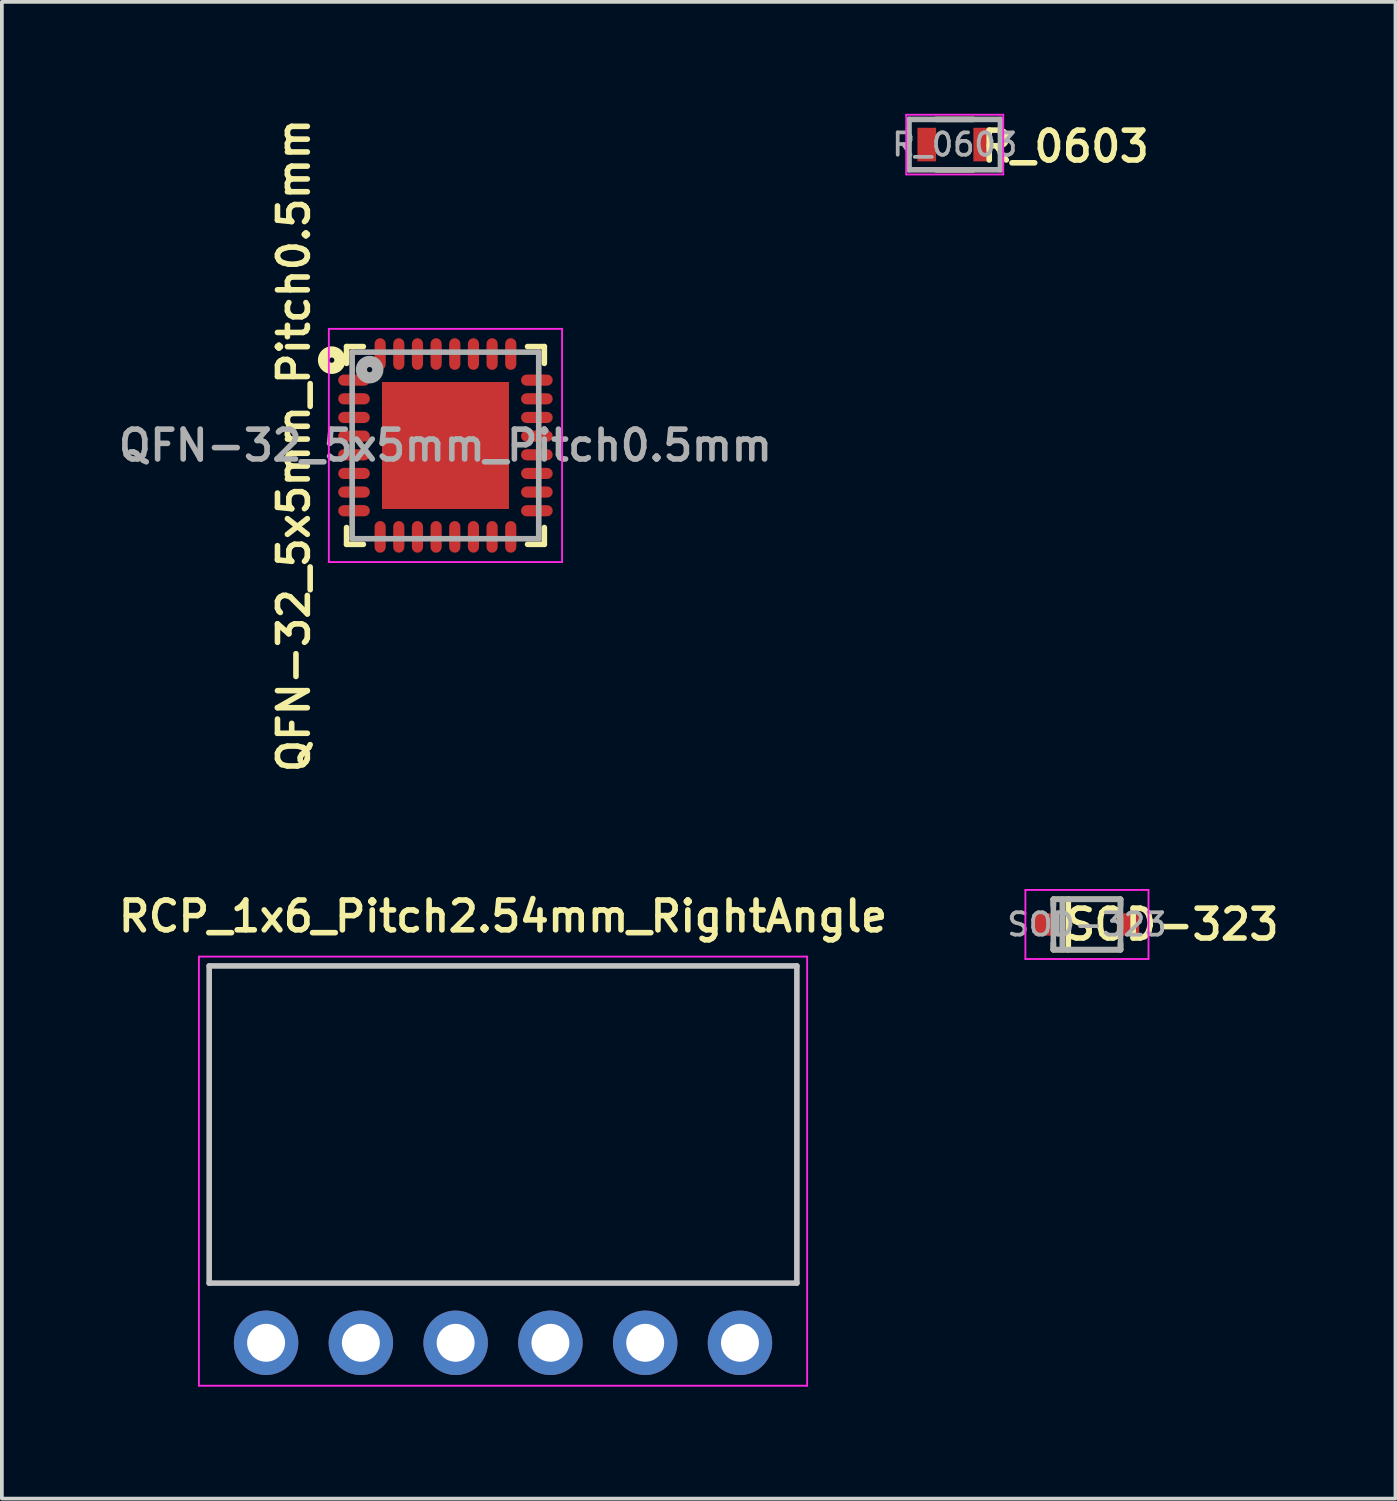
<source format=kicad_pcb>
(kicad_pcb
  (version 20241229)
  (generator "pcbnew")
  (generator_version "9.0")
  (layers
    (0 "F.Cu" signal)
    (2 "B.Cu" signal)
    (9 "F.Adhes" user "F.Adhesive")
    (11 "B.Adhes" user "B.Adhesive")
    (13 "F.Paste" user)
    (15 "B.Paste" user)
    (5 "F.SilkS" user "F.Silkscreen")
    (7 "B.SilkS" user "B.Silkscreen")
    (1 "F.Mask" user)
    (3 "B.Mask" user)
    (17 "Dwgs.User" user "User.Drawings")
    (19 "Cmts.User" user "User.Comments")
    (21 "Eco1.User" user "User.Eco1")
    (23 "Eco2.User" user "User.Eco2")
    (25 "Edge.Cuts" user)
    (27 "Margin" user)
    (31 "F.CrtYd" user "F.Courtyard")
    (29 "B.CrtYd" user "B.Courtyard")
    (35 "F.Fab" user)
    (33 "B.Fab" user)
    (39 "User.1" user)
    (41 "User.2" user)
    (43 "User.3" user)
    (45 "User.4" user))
  (footprint "R_0603"
    (layer "F.Cu")
    (at 22.537 0.825)
    (property "Reference" "R_0603" (at 2.962 0.05 180) (layer "F.SilkS") (effects (font (size 0.8 0.8) (thickness 0.15))))
    (attr smd)
    (fp_line (start -0.5 -0.675) (end 0.5 -0.675) (stroke (width 0.15) (type solid)) (layer "F.SilkS"))
    (fp_line (start 0.5 0.675) (end -0.5 0.675) (stroke (width 0.15) (type solid)) (layer "F.SilkS"))
    (fp_line (start -1.3 -0.8) (end -1.3 0.8) (stroke (width 0.05) (type solid)) (layer "F.CrtYd"))
    (fp_line (start -1.3 -0.8) (end 1.3 -0.8) (stroke (width 0.05) (type solid)) (layer "F.CrtYd"))
    (fp_line (start -1.3 0.8) (end 1.3 0.8) (stroke (width 0.05) (type solid)) (layer "F.CrtYd"))
    (fp_line (start 1.3 -0.8) (end 1.3 0.8) (stroke (width 0.05) (type solid)) (layer "F.CrtYd"))
    (fp_line (start -1.225 -0.675) (end -1.225 0.675) (stroke (width 0.15) (type solid)) (layer "F.Fab"))
    (fp_line (start -1.225 -0.675) (end 1.225 -0.675) (stroke (width 0.15) (type solid)) (layer "F.Fab"))
    (fp_line (start -1.225 0.675) (end 1.225 0.675) (stroke (width 0.15) (type solid)) (layer "F.Fab"))
    (fp_line (start 1.225 -0.675) (end 1.225 0.675) (stroke (width 0.15) (type solid)) (layer "F.Fab"))
    (fp_text user "${REFERENCE}" (at 0 0 180) (layer "F.Fab") (effects (font (size 0.6 0.6) (thickness 0.1))))
    (pad "1" smd rect (at -0.75 0) (size 0.5 0.9) (layers "F.Cu" "F.Mask" "F.Paste"))
    (pad "2" smd rect (at 0.75 0) (size 0.5 0.9) (layers "F.Cu" "F.Mask" "F.Paste")))
  (footprint "RCP_1x6_Pitch2.54mm_RightAngle"
    (layer "F.Cu")
    (at 10.431 32.937)
    (property "Reference" "RCP_1x6_Pitch2.54mm_RightAngle" (at 0 -11.43 0) (layer "F.SilkS") (effects (font (size 0.8 0.8) (thickness 0.15))))
    (attr through_hole)
    (fp_line (start -7.875 -10.1) (end -7.875 -1.6) (stroke (width 0.15) (type solid)) (layer "Dwgs.User"))
    (fp_line (start -7.875 -10.1) (end 7.875 -10.1) (stroke (width 0.15) (type solid)) (layer "Dwgs.User"))
    (fp_line (start -7.875 -1.6) (end 7.875 -1.6) (stroke (width 0.15) (type solid)) (layer "Dwgs.User"))
    (fp_line (start 7.875 -10.1) (end 7.875 -1.6) (stroke (width 0.15) (type solid)) (layer "Dwgs.User"))
    (fp_line (start -8.15 -10.35) (end -8.15 1.15) (stroke (width 0.05) (type solid)) (layer "F.CrtYd"))
    (fp_line (start -8.15 1.15) (end 8.15 1.15) (stroke (width 0.05) (type solid)) (layer "F.CrtYd"))
    (fp_line (start 8.15 -10.35) (end -8.15 -10.35) (stroke (width 0.05) (type solid)) (layer "F.CrtYd"))
    (fp_line (start 8.15 1.15) (end 8.15 -10.35) (stroke (width 0.05) (type solid)) (layer "F.CrtYd"))
    (pad "1" thru_hole oval (at -6.35 0) (size 1.727 1.727) (drill 1.016) (layers "*.Cu" "*.Mask"))
    (pad "2" thru_hole oval (at -3.81 0) (size 1.727 1.727) (drill 1.016) (layers "*.Cu" "*.Mask"))
    (pad "3" thru_hole oval (at -1.27 0) (size 1.727 1.727) (drill 1.016) (layers "*.Cu" "*.Mask"))
    (pad "4" thru_hole oval (at 1.27 0) (size 1.727 1.727) (drill 1.016) (layers "*.Cu" "*.Mask"))
    (pad "5" thru_hole oval (at 3.81 0) (size 1.727 1.727) (drill 1.016) (layers "*.Cu" "*.Mask"))
    (pad "6" thru_hole oval (at 6.35 0) (size 1.727 1.727) (drill 1.016) (layers "*.Cu" "*.Mask")))
  (footprint "SOD-323"
    (layer "F.Cu")
    (at 26.08 21.726)
    (property "Reference" "SOD-323" (at 2.286 0 0) (layer "F.SilkS") (effects (font (size 0.8 0.8) (thickness 0.15))))
    (attr smd)
    (fp_line (start -0.9 -0.675) (end -0.9 -0.5) (stroke (width 0.15) (type solid)) (layer "F.SilkS"))
    (fp_line (start -0.9 -0.675) (end 0.9 -0.675) (stroke (width 0.15) (type solid)) (layer "F.SilkS"))
    (fp_line (start -0.9 0.5) (end -0.9 0.675) (stroke (width 0.15) (type solid)) (layer "F.SilkS"))
    (fp_line (start -0.9 0.675) (end 0.9 0.675) (stroke (width 0.15) (type solid)) (layer "F.SilkS"))
    (fp_line (start -0.5 -0.675) (end -0.5 0.675) (stroke (width 0.15) (type solid)) (layer "F.SilkS"))
    (fp_line (start 0.9 -0.5) (end 0.9 -0.675) (stroke (width 0.15) (type solid)) (layer "F.SilkS"))
    (fp_line (start 0.9 0.675) (end 0.9 0.5) (stroke (width 0.15) (type solid)) (layer "F.SilkS"))
    (fp_line (start -1.65 -0.925) (end -1.65 0.925) (stroke (width 0.05) (type solid)) (layer "F.CrtYd"))
    (fp_line (start -1.65 0.925) (end 1.65 0.925) (stroke (width 0.05) (type solid)) (layer "F.CrtYd"))
    (fp_line (start 1.65 -0.925) (end -1.65 -0.925) (stroke (width 0.05) (type solid)) (layer "F.CrtYd"))
    (fp_line (start 1.65 0.925) (end 1.65 -0.925) (stroke (width 0.05) (type solid)) (layer "F.CrtYd"))
    (fp_line (start -0.9 -0.675) (end -0.9 0.675) (stroke (width 0.15) (type solid)) (layer "F.Fab"))
    (fp_line (start -0.9 -0.675) (end 0.9 -0.675) (stroke (width 0.15) (type solid)) (layer "F.Fab"))
    (fp_line (start -0.9 0.675) (end 0.9 0.675) (stroke (width 0.15) (type solid)) (layer "F.Fab"))
    (fp_line (start -0.66 -0.675) (end -0.66 0.675) (stroke (width 0.15) (type solid)) (layer "F.Fab"))
    (fp_line (start 0.9 0.675) (end 0.9 -0.675) (stroke (width 0.15) (type solid)) (layer "F.Fab"))
    (fp_text user "${REFERENCE}" (at 0 0 0) (layer "F.Fab") (effects (font (size 0.6 0.6) (thickness 0.1))))
    (pad "1" smd rect (at -1.1 0) (size 0.6 0.6) (layers "F.Cu" "F.Mask" "F.Paste"))
    (pad "2" smd rect (at 1.1 0) (size 0.6 0.6) (layers "F.Cu" "F.Mask" "F.Paste")))
  (footprint "QFN-32_5x5mm_Pitch0.5mm"
    (layer "F.Cu")
    (at 8.888 8.888)
    (property "Reference" "QFN-32_5x5mm_Pitch0.5mm" (at -4.064 0 270) (layer "F.SilkS") (effects (font (size 0.8 0.8) (thickness 0.15))))
    (attr smd)
    (fp_line (start -2.65 -2.2) (end -2.65 -2.65) (stroke (width 0.15) (type solid)) (layer "F.SilkS"))
    (fp_line (start -2.65 2.65) (end -2.65 2.2) (stroke (width 0.15) (type solid)) (layer "F.SilkS"))
    (fp_line (start -2.65 2.65) (end -2.2 2.65) (stroke (width 0.15) (type solid)) (layer "F.SilkS"))
    (fp_line (start -2.2 -2.65) (end -2.65 -2.65) (stroke (width 0.15) (type solid)) (layer "F.SilkS"))
    (fp_line (start 2.2 2.65) (end 2.65 2.65) (stroke (width 0.15) (type solid)) (layer "F.SilkS"))
    (fp_line (start 2.65 -2.65) (end 2.2 -2.65) (stroke (width 0.15) (type solid)) (layer "F.SilkS"))
    (fp_line (start 2.65 -2.65) (end 2.65 -2.2) (stroke (width 0.15) (type solid)) (layer "F.SilkS"))
    (fp_line (start 2.65 2.2) (end 2.65 2.65) (stroke (width 0.15) (type solid)) (layer "F.SilkS"))
    (fp_circle (center -3.048 -2.286) (end -3.098 -2.336) (stroke (width 0.3) (type solid)) (fill no) (layer "F.SilkS"))
    (fp_line (start -3.125 -3.125) (end -3.125 3.125) (stroke (width 0.05) (type solid)) (layer "F.CrtYd"))
    (fp_line (start -3.125 -3.125) (end 3.125 -3.125) (stroke (width 0.05) (type solid)) (layer "F.CrtYd"))
    (fp_line (start -3.125 3.125) (end 3.125 3.125) (stroke (width 0.05) (type solid)) (layer "F.CrtYd"))
    (fp_line (start 3.125 -3.125) (end 3.125 3.125) (stroke (width 0.05) (type solid)) (layer "F.CrtYd"))
    (fp_line (start -2.5 -2.5) (end 2.5 -2.5) (stroke (width 0.15) (type solid)) (layer "F.Fab"))
    (fp_line (start -2.5 2.5) (end -2.5 -2.5) (stroke (width 0.15) (type solid)) (layer "F.Fab"))
    (fp_line (start 2.5 -2.5) (end 2.5 2.5) (stroke (width 0.15) (type solid)) (layer "F.Fab"))
    (fp_line (start 2.5 2.5) (end -2.5 2.5) (stroke (width 0.15) (type solid)) (layer "F.Fab"))
    (fp_circle (center -2.032 -2.032) (end -2.082 -2.082) (stroke (width 0.3) (type solid)) (fill no) (layer "F.Fab"))
    (fp_text user "${REFERENCE}" (at 0 0 180) (layer "F.Fab") (effects (font (size 0.8 0.8) (thickness 0.15))))
    (pad "1" smd roundrect (at -2.45 -1.75 180) (size 0.85 0.3) (layers "F.Cu" "F.Mask" "F.Paste") (roundrect_rratio 0.5))
    (pad "2" smd roundrect (at -2.45 -1.25) (size 0.85 0.3) (layers "F.Cu" "F.Mask" "F.Paste") (roundrect_rratio 0.5))
    (pad "3" smd roundrect (at -2.45 -0.75) (size 0.85 0.3) (layers "F.Cu" "F.Mask" "F.Paste") (roundrect_rratio 0.5))
    (pad "4" smd roundrect (at -2.45 -0.25) (size 0.85 0.3) (layers "F.Cu" "F.Mask" "F.Paste") (roundrect_rratio 0.5))
    (pad "5" smd roundrect (at -2.45 0.25) (size 0.85 0.3) (layers "F.Cu" "F.Mask" "F.Paste") (roundrect_rratio 0.5))
    (pad "6" smd roundrect (at -2.45 0.75) (size 0.85 0.3) (layers "F.Cu" "F.Mask" "F.Paste") (roundrect_rratio 0.5))
    (pad "7" smd roundrect (at -2.45 1.25) (size 0.85 0.3) (layers "F.Cu" "F.Mask" "F.Paste") (roundrect_rratio 0.5))
    (pad "8" smd roundrect (at -2.45 1.75) (size 0.85 0.3) (layers "F.Cu" "F.Mask" "F.Paste") (roundrect_rratio 0.5))
    (pad "9" smd roundrect (at -1.75 2.45 90) (size 0.85 0.3) (layers "F.Cu" "F.Mask" "F.Paste") (roundrect_rratio 0.5))
    (pad "10" smd roundrect (at -1.25 2.45 90) (size 0.85 0.3) (layers "F.Cu" "F.Mask" "F.Paste") (roundrect_rratio 0.5))
    (pad "11" smd roundrect (at -0.75 2.45 90) (size 0.85 0.3) (layers "F.Cu" "F.Mask" "F.Paste") (roundrect_rratio 0.5))
    (pad "12" smd roundrect (at -0.25 2.45 90) (size 0.85 0.3) (layers "F.Cu" "F.Mask" "F.Paste") (roundrect_rratio 0.5))
    (pad "13" smd roundrect (at 0.25 2.45 90) (size 0.85 0.3) (layers "F.Cu" "F.Mask" "F.Paste") (roundrect_rratio 0.5))
    (pad "14" smd roundrect (at 0.75 2.45 90) (size 0.85 0.3) (layers "F.Cu" "F.Mask" "F.Paste") (roundrect_rratio 0.5))
    (pad "15" smd roundrect (at 1.25 2.45 90) (size 0.85 0.3) (layers "F.Cu" "F.Mask" "F.Paste") (roundrect_rratio 0.5))
    (pad "16" smd roundrect (at 1.75 2.45 90) (size 0.85 0.3) (layers "F.Cu" "F.Mask" "F.Paste") (roundrect_rratio 0.5))
    (pad "17" smd roundrect (at 2.45 1.75) (size 0.85 0.3) (layers "F.Cu" "F.Mask" "F.Paste") (roundrect_rratio 0.5))
    (pad "18" smd roundrect (at 2.45 1.25) (size 0.85 0.3) (layers "F.Cu" "F.Mask" "F.Paste") (roundrect_rratio 0.5))
    (pad "19" smd roundrect (at 2.45 0.75) (size 0.85 0.3) (layers "F.Cu" "F.Mask" "F.Paste") (roundrect_rratio 0.5))
    (pad "20" smd roundrect (at 2.45 0.25) (size 0.85 0.3) (layers "F.Cu" "F.Mask" "F.Paste") (roundrect_rratio 0.5))
    (pad "21" smd roundrect (at 2.45 -0.25) (size 0.85 0.3) (layers "F.Cu" "F.Mask" "F.Paste") (roundrect_rratio 0.5))
    (pad "22" smd roundrect (at 2.45 -0.75) (size 0.85 0.3) (layers "F.Cu" "F.Mask" "F.Paste") (roundrect_rratio 0.5))
    (pad "23" smd roundrect (at 2.45 -1.25) (size 0.85 0.3) (layers "F.Cu" "F.Mask" "F.Paste") (roundrect_rratio 0.5))
    (pad "24" smd roundrect (at 2.45 -1.75) (size 0.85 0.3) (layers "F.Cu" "F.Mask" "F.Paste") (roundrect_rratio 0.5))
    (pad "25" smd roundrect (at 1.75 -2.45 90) (size 0.85 0.3) (layers "F.Cu" "F.Mask" "F.Paste") (roundrect_rratio 0.5))
    (pad "26" smd roundrect (at 1.25 -2.45 90) (size 0.85 0.3) (layers "F.Cu" "F.Mask" "F.Paste") (roundrect_rratio 0.5))
    (pad "27" smd roundrect (at 0.75 -2.45 90) (size 0.85 0.3) (layers "F.Cu" "F.Mask" "F.Paste") (roundrect_rratio 0.5))
    (pad "28" smd roundrect (at 0.25 -2.45 90) (size 0.85 0.3) (layers "F.Cu" "F.Mask" "F.Paste") (roundrect_rratio 0.5))
    (pad "29" smd roundrect (at -0.25 -2.45 90) (size 0.85 0.3) (layers "F.Cu" "F.Mask" "F.Paste") (roundrect_rratio 0.5))
    (pad "30" smd roundrect (at -0.75 -2.45 90) (size 0.85 0.3) (layers "F.Cu" "F.Mask" "F.Paste") (roundrect_rratio 0.5))
    (pad "31" smd roundrect (at -1.25 -2.45 90) (size 0.85 0.3) (layers "F.Cu" "F.Mask" "F.Paste") (roundrect_rratio 0.5))
    (pad "32" smd roundrect (at -1.75 -2.45 90) (size 0.85 0.3) (layers "F.Cu" "F.Mask" "F.Paste") (roundrect_rratio 0.5))
    (pad "33" smd rect (at -1.135 -1.135 90) (size 1.13 1.13) (layers "F.Cu" "F.Paste"))
    (pad "33" smd rect (at -1.135 0 90) (size 1.13 1.13) (layers "F.Cu" "F.Paste"))
    (pad "33" smd rect (at -1.135 1.135 90) (size 1.13 1.13) (layers "F.Cu" "F.Paste"))
    (pad "33" smd rect (at 0 -1.135 90) (size 1.13 1.13) (layers "F.Cu" "F.Paste"))
    (pad "33" smd rect (at 0 0 90) (size 1.14 1.14) (layers "F.Cu" "F.Paste"))
    (pad "33" smd rect (at 0 0 90) (size 3.4 3.4) (layers "F.Cu" "F.Mask"))
    (pad "33" smd rect (at 0 1.135 90) (size 1.13 1.13) (layers "F.Cu" "F.Paste"))
    (pad "33" smd rect (at 1.135 -1.135 90) (size 1.13 1.13) (layers "F.Cu" "F.Paste"))
    (pad "33" smd rect (at 1.135 0 90) (size 1.13 1.13) (layers "F.Cu" "F.Paste"))
    (pad "33" smd rect (at 1.135 1.135 90) (size 1.13 1.13) (layers "F.Cu" "F.Paste")))
  (gr_rect
    (start -3 -3)
    (end 34.349 37.112)
    (stroke (width 0.1) (type default))
    (fill no)
    (layer "Edge.Cuts")))
</source>
